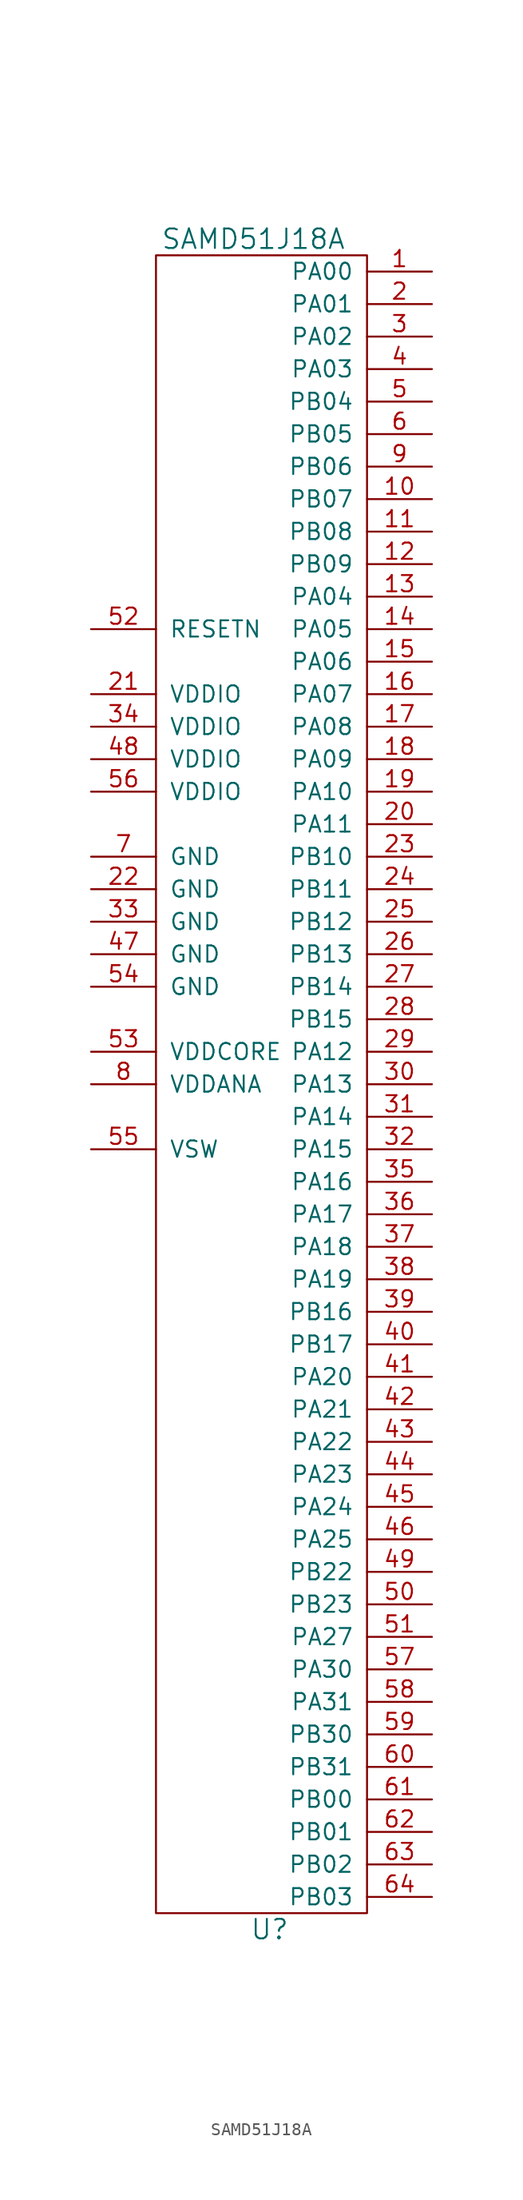
<source format=kicad_sym>
(kicad_symbol_lib
  (version 20231120)
  (generator "kicad_symbol_editor")
  (generator_version "8.0")
  (symbol "SAMD51J18A"
    (pin_names
      (offset 1.016))
    (property "Reference" "U"
      (at -1.27 -77.47 0)
      (effects (font (size 1.524 1.524))))
    (property "Value" "SAMD51J18A"
      (at -2.54 54.61 0)
      (effects (font (size 1.524 1.524))))
    (symbol "SAMD51J18A_0_1"
      (rectangle (start 6.35 53.34) (end -10.16 -76.2) (stroke (width 0) (type default)) (fill (type none))))
    (symbol "SAMD51J18A_1_1"
      (pin input line (at 11.43 52.07 180) (length 5.08) (name "PA00" (effects (font (size 1.27 1.27)))) (number "1" (effects (font (size 1.27 1.27)))))
      (pin input line (at 11.43 34.29 180) (length 5.08) (name "PB07" (effects (font (size 1.27 1.27)))) (number "10" (effects (font (size 1.27 1.27)))))
      (pin input line (at 11.43 31.75 180) (length 5.08) (name "PB08" (effects (font (size 1.27 1.27)))) (number "11" (effects (font (size 1.27 1.27)))))
      (pin input line (at 11.43 29.21 180) (length 5.08) (name "PB09" (effects (font (size 1.27 1.27)))) (number "12" (effects (font (size 1.27 1.27)))))
      (pin input line (at 11.43 26.67 180) (length 5.08) (name "PA04" (effects (font (size 1.27 1.27)))) (number "13" (effects (font (size 1.27 1.27)))))
      (pin input line (at 11.43 24.13 180) (length 5.08) (name "PA05" (effects (font (size 1.27 1.27)))) (number "14" (effects (font (size 1.27 1.27)))))
      (pin input line (at 11.43 21.59 180) (length 5.08) (name "PA06" (effects (font (size 1.27 1.27)))) (number "15" (effects (font (size 1.27 1.27)))))
      (pin input line (at 11.43 19.05 180) (length 5.08) (name "PA07" (effects (font (size 1.27 1.27)))) (number "16" (effects (font (size 1.27 1.27)))))
      (pin input line (at 11.43 16.51 180) (length 5.08) (name "PA08" (effects (font (size 1.27 1.27)))) (number "17" (effects (font (size 1.27 1.27)))))
      (pin input line (at 11.43 13.97 180) (length 5.08) (name "PA09" (effects (font (size 1.27 1.27)))) (number "18" (effects (font (size 1.27 1.27)))))
      (pin input line (at 11.43 11.43 180) (length 5.08) (name "PA10" (effects (font (size 1.27 1.27)))) (number "19" (effects (font (size 1.27 1.27)))))
      (pin input line (at 11.43 49.53 180) (length 5.08) (name "PA01" (effects (font (size 1.27 1.27)))) (number "2" (effects (font (size 1.27 1.27)))))
      (pin input line (at 11.43 8.89 180) (length 5.08) (name "PA11" (effects (font (size 1.27 1.27)))) (number "20" (effects (font (size 1.27 1.27)))))
      (pin input line (at -15.24 19.05 0) (length 5.08) (name "VDDIO" (effects (font (size 1.27 1.27)))) (number "21" (effects (font (size 1.27 1.27)))))
      (pin input line (at -15.24 3.81 0) (length 5.08) (name "GND" (effects (font (size 1.27 1.27)))) (number "22" (effects (font (size 1.27 1.27)))))
      (pin input line (at 11.43 6.35 180) (length 5.08) (name "PB10" (effects (font (size 1.27 1.27)))) (number "23" (effects (font (size 1.27 1.27)))))
      (pin input line (at 11.43 3.81 180) (length 5.08) (name "PB11" (effects (font (size 1.27 1.27)))) (number "24" (effects (font (size 1.27 1.27)))))
      (pin input line (at 11.43 1.27 180) (length 5.08) (name "PB12" (effects (font (size 1.27 1.27)))) (number "25" (effects (font (size 1.27 1.27)))))
      (pin input line (at 11.43 -1.27 180) (length 5.08) (name "PB13" (effects (font (size 1.27 1.27)))) (number "26" (effects (font (size 1.27 1.27)))))
      (pin input line (at 11.43 -3.81 180) (length 5.08) (name "PB14" (effects (font (size 1.27 1.27)))) (number "27" (effects (font (size 1.27 1.27)))))
      (pin input line (at 11.43 -6.35 180) (length 5.08) (name "PB15" (effects (font (size 1.27 1.27)))) (number "28" (effects (font (size 1.27 1.27)))))
      (pin input line (at 11.43 -8.89 180) (length 5.08) (name "PA12" (effects (font (size 1.27 1.27)))) (number "29" (effects (font (size 1.27 1.27)))))
      (pin input line (at 11.43 46.99 180) (length 5.08) (name "PA02" (effects (font (size 1.27 1.27)))) (number "3" (effects (font (size 1.27 1.27)))))
      (pin input line (at 11.43 -11.43 180) (length 5.08) (name "PA13" (effects (font (size 1.27 1.27)))) (number "30" (effects (font (size 1.27 1.27)))))
      (pin input line (at 11.43 -13.97 180) (length 5.08) (name "PA14" (effects (font (size 1.27 1.27)))) (number "31" (effects (font (size 1.27 1.27)))))
      (pin input line (at 11.43 -16.51 180) (length 5.08) (name "PA15" (effects (font (size 1.27 1.27)))) (number "32" (effects (font (size 1.27 1.27)))))
      (pin input line (at -15.24 1.27 0) (length 5.08) (name "GND" (effects (font (size 1.27 1.27)))) (number "33" (effects (font (size 1.27 1.27)))))
      (pin input line (at -15.24 16.51 0) (length 5.08) (name "VDDIO" (effects (font (size 1.27 1.27)))) (number "34" (effects (font (size 1.27 1.27)))))
      (pin input line (at 11.43 -19.05 180) (length 5.08) (name "PA16" (effects (font (size 1.27 1.27)))) (number "35" (effects (font (size 1.27 1.27)))))
      (pin input line (at 11.43 -21.59 180) (length 5.08) (name "PA17" (effects (font (size 1.27 1.27)))) (number "36" (effects (font (size 1.27 1.27)))))
      (pin input line (at 11.43 -24.13 180) (length 5.08) (name "PA18" (effects (font (size 1.27 1.27)))) (number "37" (effects (font (size 1.27 1.27)))))
      (pin input line (at 11.43 -26.67 180) (length 5.08) (name "PA19" (effects (font (size 1.27 1.27)))) (number "38" (effects (font (size 1.27 1.27)))))
      (pin input line (at 11.43 -29.21 180) (length 5.08) (name "PB16" (effects (font (size 1.27 1.27)))) (number "39" (effects (font (size 1.27 1.27)))))
      (pin input line (at 11.43 44.45 180) (length 5.08) (name "PA03" (effects (font (size 1.27 1.27)))) (number "4" (effects (font (size 1.27 1.27)))))
      (pin input line (at 11.43 -31.75 180) (length 5.08) (name "PB17" (effects (font (size 1.27 1.27)))) (number "40" (effects (font (size 1.27 1.27)))))
      (pin input line (at 11.43 -34.29 180) (length 5.08) (name "PA20" (effects (font (size 1.27 1.27)))) (number "41" (effects (font (size 1.27 1.27)))))
      (pin input line (at 11.43 -36.83 180) (length 5.08) (name "PA21" (effects (font (size 1.27 1.27)))) (number "42" (effects (font (size 1.27 1.27)))))
      (pin input line (at 11.43 -39.37 180) (length 5.08) (name "PA22" (effects (font (size 1.27 1.27)))) (number "43" (effects (font (size 1.27 1.27)))))
      (pin input line (at 11.43 -41.91 180) (length 5.08) (name "PA23" (effects (font (size 1.27 1.27)))) (number "44" (effects (font (size 1.27 1.27)))))
      (pin input line (at 11.43 -44.45 180) (length 5.08) (name "PA24" (effects (font (size 1.27 1.27)))) (number "45" (effects (font (size 1.27 1.27)))))
      (pin input line (at 11.43 -46.99 180) (length 5.08) (name "PA25" (effects (font (size 1.27 1.27)))) (number "46" (effects (font (size 1.27 1.27)))))
      (pin input line (at -15.24 -1.27 0) (length 5.08) (name "GND" (effects (font (size 1.27 1.27)))) (number "47" (effects (font (size 1.27 1.27)))))
      (pin input line (at -15.24 13.97 0) (length 5.08) (name "VDDIO" (effects (font (size 1.27 1.27)))) (number "48" (effects (font (size 1.27 1.27)))))
      (pin input line (at 11.43 -49.53 180) (length 5.08) (name "PB22" (effects (font (size 1.27 1.27)))) (number "49" (effects (font (size 1.27 1.27)))))
      (pin input line (at 11.43 41.91 180) (length 5.08) (name "PB04" (effects (font (size 1.27 1.27)))) (number "5" (effects (font (size 1.27 1.27)))))
      (pin input line (at 11.43 -52.07 180) (length 5.08) (name "PB23" (effects (font (size 1.27 1.27)))) (number "50" (effects (font (size 1.27 1.27)))))
      (pin input line (at 11.43 -54.61 180) (length 5.08) (name "PA27" (effects (font (size 1.27 1.27)))) (number "51" (effects (font (size 1.27 1.27)))))
      (pin input line (at -15.24 24.13 0) (length 5.08) (name "RESETN" (effects (font (size 1.27 1.27)))) (number "52" (effects (font (size 1.27 1.27)))))
      (pin input line (at -15.24 -8.89 0) (length 5.08) (name "VDDCORE" (effects (font (size 1.27 1.27)))) (number "53" (effects (font (size 1.27 1.27)))))
      (pin input line (at -15.24 -3.81 0) (length 5.08) (name "GND" (effects (font (size 1.27 1.27)))) (number "54" (effects (font (size 1.27 1.27)))))
      (pin input line (at -15.24 -16.51 0) (length 5.08) (name "VSW" (effects (font (size 1.27 1.27)))) (number "55" (effects (font (size 1.27 1.27)))))
      (pin input line (at -15.24 11.43 0) (length 5.08) (name "VDDIO" (effects (font (size 1.27 1.27)))) (number "56" (effects (font (size 1.27 1.27)))))
      (pin input line (at 11.43 -57.15 180) (length 5.08) (name "PA30" (effects (font (size 1.27 1.27)))) (number "57" (effects (font (size 1.27 1.27)))))
      (pin input line (at 11.43 -59.69 180) (length 5.08) (name "PA31" (effects (font (size 1.27 1.27)))) (number "58" (effects (font (size 1.27 1.27)))))
      (pin input line (at 11.43 -62.23 180) (length 5.08) (name "PB30" (effects (font (size 1.27 1.27)))) (number "59" (effects (font (size 1.27 1.27)))))
      (pin input line (at 11.43 39.37 180) (length 5.08) (name "PB05" (effects (font (size 1.27 1.27)))) (number "6" (effects (font (size 1.27 1.27)))))
      (pin input line (at 11.43 -64.77 180) (length 5.08) (name "PB31" (effects (font (size 1.27 1.27)))) (number "60" (effects (font (size 1.27 1.27)))))
      (pin input line (at 11.43 -67.31 180) (length 5.08) (name "PB00" (effects (font (size 1.27 1.27)))) (number "61" (effects (font (size 1.27 1.27)))))
      (pin input line (at 11.43 -69.85 180) (length 5.08) (name "PB01" (effects (font (size 1.27 1.27)))) (number "62" (effects (font (size 1.27 1.27)))))
      (pin input line (at 11.43 -72.39 180) (length 5.08) (name "PB02" (effects (font (size 1.27 1.27)))) (number "63" (effects (font (size 1.27 1.27)))))
      (pin input line (at 11.43 -74.93 180) (length 5.08) (name "PB03" (effects (font (size 1.27 1.27)))) (number "64" (effects (font (size 1.27 1.27)))))
      (pin input line (at -15.24 6.35 0) (length 5.08) (name "GND" (effects (font (size 1.27 1.27)))) (number "7" (effects (font (size 1.27 1.27)))))
      (pin input line (at -15.24 -11.43 0) (length 5.08) (name "VDDANA" (effects (font (size 1.27 1.27)))) (number "8" (effects (font (size 1.27 1.27)))))
      (pin input line (at 11.43 36.83 180) (length 5.08) (name "PB06" (effects (font (size 1.27 1.27)))) (number "9" (effects (font (size 1.27 1.27))))))))
</source>
